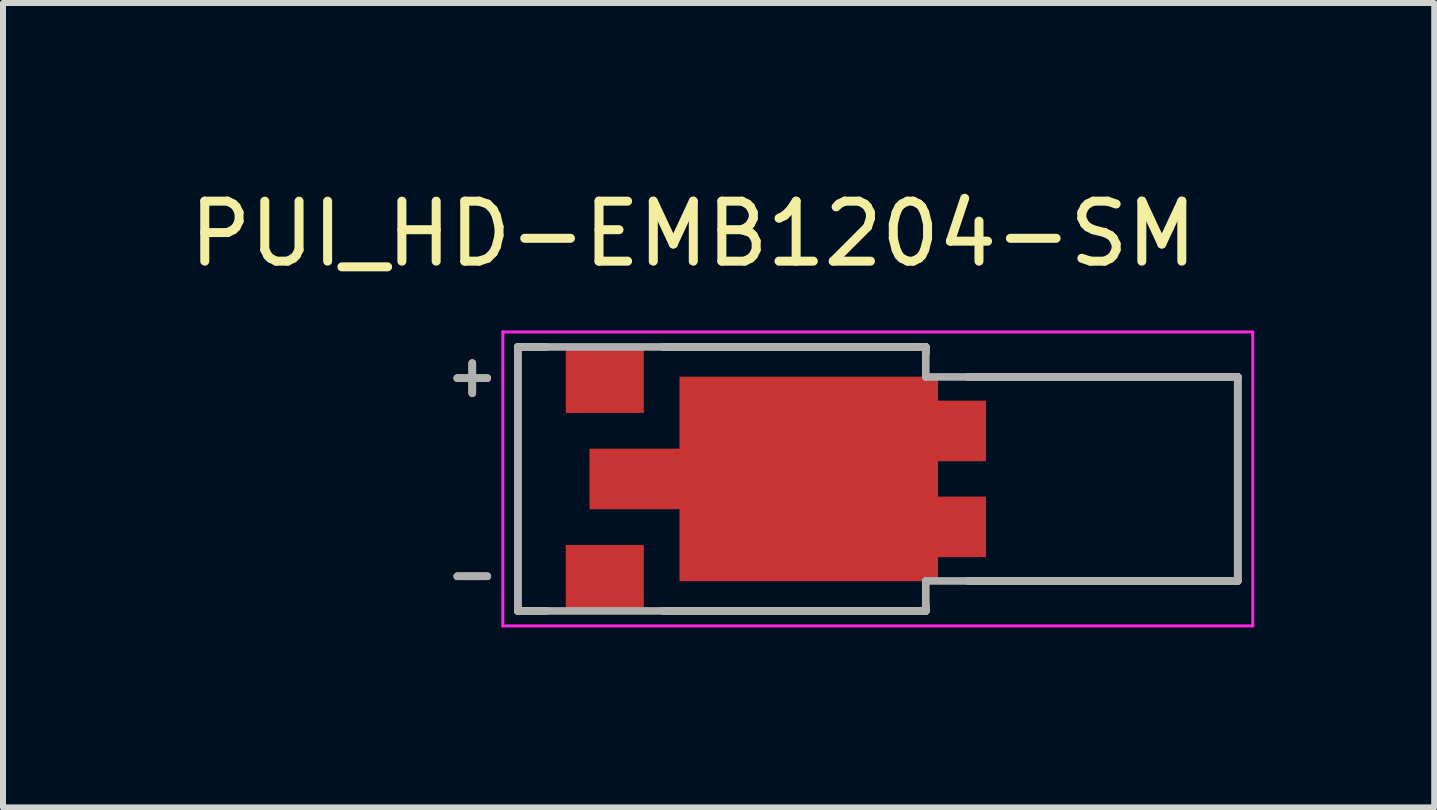
<source format=kicad_pcb>
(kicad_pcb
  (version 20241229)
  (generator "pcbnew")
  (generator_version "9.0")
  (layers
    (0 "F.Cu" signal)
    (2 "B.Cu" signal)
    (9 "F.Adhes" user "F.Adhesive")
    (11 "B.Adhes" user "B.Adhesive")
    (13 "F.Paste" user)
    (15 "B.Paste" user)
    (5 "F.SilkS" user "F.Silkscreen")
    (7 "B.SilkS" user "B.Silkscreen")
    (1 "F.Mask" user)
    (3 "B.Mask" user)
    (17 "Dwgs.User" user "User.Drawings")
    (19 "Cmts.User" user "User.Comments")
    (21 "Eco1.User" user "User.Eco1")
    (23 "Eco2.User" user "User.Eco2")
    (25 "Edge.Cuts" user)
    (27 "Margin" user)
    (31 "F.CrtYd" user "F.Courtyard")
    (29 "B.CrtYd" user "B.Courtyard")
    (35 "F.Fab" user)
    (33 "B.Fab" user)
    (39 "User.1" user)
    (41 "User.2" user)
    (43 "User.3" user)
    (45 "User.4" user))
  (footprint "PUI_HD-EMB1204-SM"
    (layer "F.Cu")
    (at 8.981 4.933)
    (property "Reference" "PUI_HD-EMB1204-SM" (at -0.475 -4.085 0) (layer "F.SilkS") (effects (font (size 1 1) (thickness 0.15))))
    (attr smd)
    (fp_poly (pts (xy -2.3 -0.6) (xy -0.8 -0.6) (xy -0.8 -1.8) (xy 3.7 -1.8) (xy 3.7 -1.4) (xy 4.5 -1.4) (xy 4.5 -0.2) (xy 3.7 -0.2) (xy 3.7 0.2) (xy 4.5 0.2) (xy 4.5 1.4) (xy 3.7 1.4) (xy 3.7 1.8) (xy -0.8 1.8) (xy -0.8 0.6) (xy -2.3 0.6)) (stroke (width 0.01) (type solid)) (fill yes) (layer "F.Mask"))
    (fp_line (start -4.409 -1.68) (end -3.909 -1.68) (stroke (width 0.127) (type solid)) (layer "F.SilkS"))
    (fp_line (start -4.409 1.622) (end -3.909 1.622) (stroke (width 0.127) (type solid)) (layer "F.SilkS"))
    (fp_line (start -4.159 -1.93) (end -4.159 -1.43) (stroke (width 0.127) (type solid)) (layer "F.SilkS"))
    (fp_line (start -3.4 -2.2) (end -2.92 -2.2) (stroke (width 0.127) (type solid)) (layer "F.SilkS"))
    (fp_line (start -3.4 2.2) (end -3.4 -2.2) (stroke (width 0.127) (type solid)) (layer "F.SilkS"))
    (fp_line (start -2.92 2.2) (end -3.4 2.2) (stroke (width 0.127) (type solid)) (layer "F.SilkS"))
    (fp_line (start -0.98 -2.2) (end 3.4 -2.2) (stroke (width 0.127) (type solid)) (layer "F.SilkS"))
    (fp_line (start 3.4 -2.2) (end 3.4 -2.1) (stroke (width 0.127) (type solid)) (layer "F.SilkS"))
    (fp_line (start 3.4 2.1) (end 3.4 2.2) (stroke (width 0.127) (type solid)) (layer "F.SilkS"))
    (fp_line (start 3.4 2.2) (end -0.98 2.2) (stroke (width 0.127) (type solid)) (layer "F.SilkS"))
    (fp_line (start 4.1 -1.7) (end 8.6 -1.7) (stroke (width 0.127) (type solid)) (layer "F.SilkS"))
    (fp_line (start 8.6 -1.7) (end 8.6 1.7) (stroke (width 0.127) (type solid)) (layer "F.SilkS"))
    (fp_line (start 8.6 1.7) (end 4.1 1.7) (stroke (width 0.127) (type solid)) (layer "F.SilkS"))
    (fp_poly (pts (xy -2.2 -0.5) (xy -0.7 -0.5) (xy -0.7 0.5) (xy -2.2 0.5)) (stroke (width 0.01) (type solid)) (fill yes) (layer "F.Paste"))
    (fp_poly (pts (xy 0.09 -1.075) (xy 2.81 -1.075) (xy 2.81 1.075) (xy 0.09 1.075)) (stroke (width 0.01) (type solid)) (fill yes) (layer "F.Paste"))
    (fp_poly (pts (xy 3.6 -1.3) (xy 4.4 -1.3) (xy 4.4 -0.3) (xy 3.6 -0.3)) (stroke (width 0.01) (type solid)) (fill yes) (layer "F.Paste"))
    (fp_poly (pts (xy 3.6 0.3) (xy 4.4 0.3) (xy 4.4 1.3) (xy 3.6 1.3)) (stroke (width 0.01) (type solid)) (fill yes) (layer "F.Paste"))
    (fp_line (start -3.65 -2.45) (end -3.65 2.45) (stroke (width 0.05) (type solid)) (layer "F.CrtYd"))
    (fp_line (start -3.65 2.45) (end 8.85 2.45) (stroke (width 0.05) (type solid)) (layer "F.CrtYd"))
    (fp_line (start 8.85 -2.45) (end -3.65 -2.45) (stroke (width 0.05) (type solid)) (layer "F.CrtYd"))
    (fp_line (start 8.85 2.45) (end 8.85 -2.45) (stroke (width 0.05) (type solid)) (layer "F.CrtYd"))
    (fp_line (start -4.409 -1.68) (end -3.909 -1.68) (stroke (width 0.127) (type solid)) (layer "F.Fab"))
    (fp_line (start -4.409 1.622) (end -3.909 1.622) (stroke (width 0.127) (type solid)) (layer "F.Fab"))
    (fp_line (start -4.159 -1.93) (end -4.159 -1.43) (stroke (width 0.127) (type solid)) (layer "F.Fab"))
    (fp_line (start -3.4 -2.2) (end 3.4 -2.2) (stroke (width 0.127) (type solid)) (layer "F.Fab"))
    (fp_line (start -3.4 2.2) (end -3.4 -2.2) (stroke (width 0.127) (type solid)) (layer "F.Fab"))
    (fp_line (start 3.4 -2.2) (end 3.4 -1.7) (stroke (width 0.127) (type solid)) (layer "F.Fab"))
    (fp_line (start 3.4 -1.7) (end 8.6 -1.7) (stroke (width 0.127) (type solid)) (layer "F.Fab"))
    (fp_line (start 3.4 1.7) (end 3.4 2.2) (stroke (width 0.127) (type solid)) (layer "F.Fab"))
    (fp_line (start 3.4 2.2) (end -3.4 2.2) (stroke (width 0.127) (type solid)) (layer "F.Fab"))
    (fp_line (start 8.6 -1.7) (end 8.6 1.7) (stroke (width 0.127) (type solid)) (layer "F.Fab"))
    (fp_line (start 8.6 1.7) (end 3.4 1.7) (stroke (width 0.127) (type solid)) (layer "F.Fab"))
    (pad "N" smd rect (at -1.95 1.65) (size 1.3 1.1) (layers "F.Cu" "F.Mask" "F.Paste"))
    (pad "P" smd rect (at -1.95 -1.65) (size 1.3 1.1) (layers "F.Cu" "F.Mask" "F.Paste"))
    (pad "SH1" smd custom (at 1.45 0) (size 1 1) (layers "F.Cu") (options (anchor rect)) (primitives (gr_poly (pts (xy -3.65 -0.5) (xy -2.15 -0.5) (xy -2.15 -1.7) (xy 2.15 -1.7) (xy 2.15 -1.3) (xy 2.95 -1.3) (xy 2.95 -0.3) (xy 2.15 -0.3) (xy 2.15 0.3) (xy 2.95 0.3) (xy 2.95 1.3) (xy 2.15 1.3) (xy 2.15 1.7) (xy -2.15 1.7) (xy -2.15 0.5) (xy -3.65 0.5)) (width 0.01) (fill yes)))))
  (gr_rect
    (start -3 -3)
    (end 20.856 10.408)
    (stroke (width 0.1) (type default))
    (fill no)
    (layer "Edge.Cuts")))
</source>
